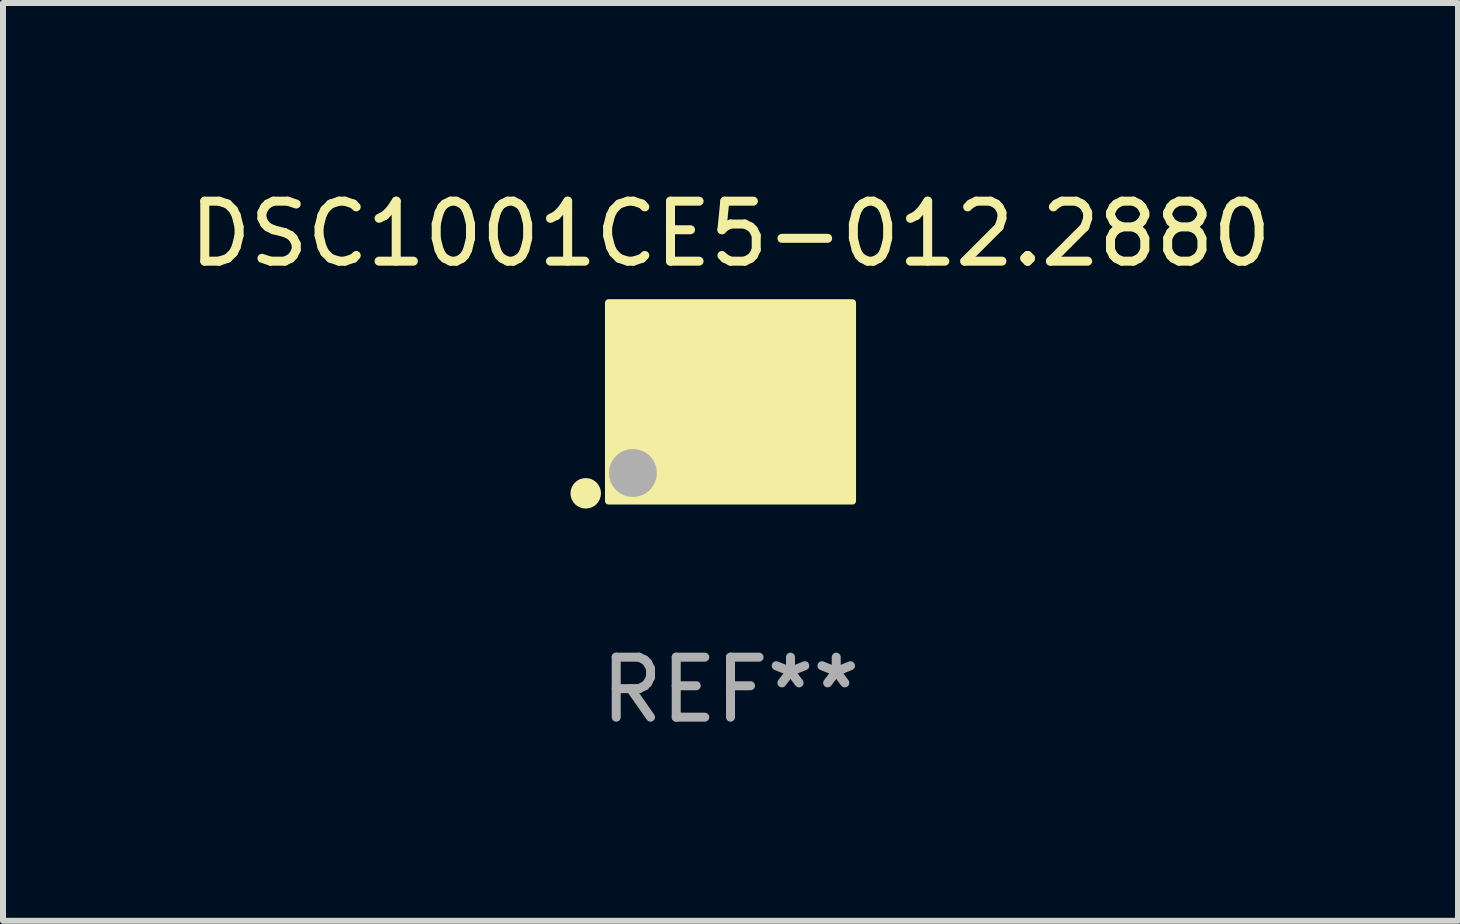
<source format=kicad_pcb>
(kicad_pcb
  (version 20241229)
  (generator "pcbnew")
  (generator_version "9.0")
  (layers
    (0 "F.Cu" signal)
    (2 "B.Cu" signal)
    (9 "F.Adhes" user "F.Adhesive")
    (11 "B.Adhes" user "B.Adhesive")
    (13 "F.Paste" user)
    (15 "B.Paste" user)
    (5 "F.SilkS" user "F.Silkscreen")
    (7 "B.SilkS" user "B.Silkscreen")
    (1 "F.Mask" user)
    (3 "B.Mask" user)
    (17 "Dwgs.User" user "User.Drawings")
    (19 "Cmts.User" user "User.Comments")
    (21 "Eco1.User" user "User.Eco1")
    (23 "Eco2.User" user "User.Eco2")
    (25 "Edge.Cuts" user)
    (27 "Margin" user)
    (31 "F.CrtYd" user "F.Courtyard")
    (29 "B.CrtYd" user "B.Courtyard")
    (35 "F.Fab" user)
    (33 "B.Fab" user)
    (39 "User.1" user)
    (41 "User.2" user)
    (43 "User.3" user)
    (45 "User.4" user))
  (footprint "DSC1001CE5-012.2880"
    (layer "F.Cu")
    (at 9.125 3.648)
    (property "Reference" "DSC1001CE5-012.2880" (at 0 -2.8 0) (layer "F.SilkS") (effects (font (size 1 1) (thickness 0.15))))
    (attr through_hole)
    (fp_circle (center -2.413 1.524) (end -2.286 1.524) (stroke (width 0.254) (type solid)) (fill no) (layer "F.SilkS"))
    (fp_circle (center -1.6 1.25) (end -1.57 1.25) (stroke (width 0.06) (type solid)) (fill no) (layer "F.SilkS"))
    (fp_poly (pts (xy -2.032 -1.651) (xy 2.032 -1.651) (xy 2.032 1.651) (xy -2.032 1.651)) (stroke (width 0.12) (type solid)) (fill yes) (layer "F.SilkS"))
    (fp_circle (center -1.627 1.185) (end -1.427 1.185) (stroke (width 0.4) (type solid)) (fill no) (layer "F.Fab"))
    (fp_text user "REF**" (at 0 4.8 0) (layer "F.Fab") (effects (font (size 1 1) (thickness 0.15))))
    (pad "1" smd rect (at -1.05 0.8) (size 1.4 1.2) (layers "F.Cu" "F.Mask" "F.Paste"))
    (pad "2" smd rect (at 1.05 0.8) (size 1.4 1.2) (layers "F.Cu" "F.Mask" "F.Paste"))
    (pad "3" smd rect (at 1.05 -0.8) (size 1.4 1.2) (layers "F.Cu" "F.Mask" "F.Paste"))
    (pad "4" smd rect (at -1.05 -0.8) (size 1.4 1.2) (layers "F.Cu" "F.Mask" "F.Paste")))
  (gr_rect
    (start -3 -3)
    (end 21.25 12.297)
    (stroke (width 0.1) (type default))
    (fill no)
    (layer "Edge.Cuts")))
</source>
